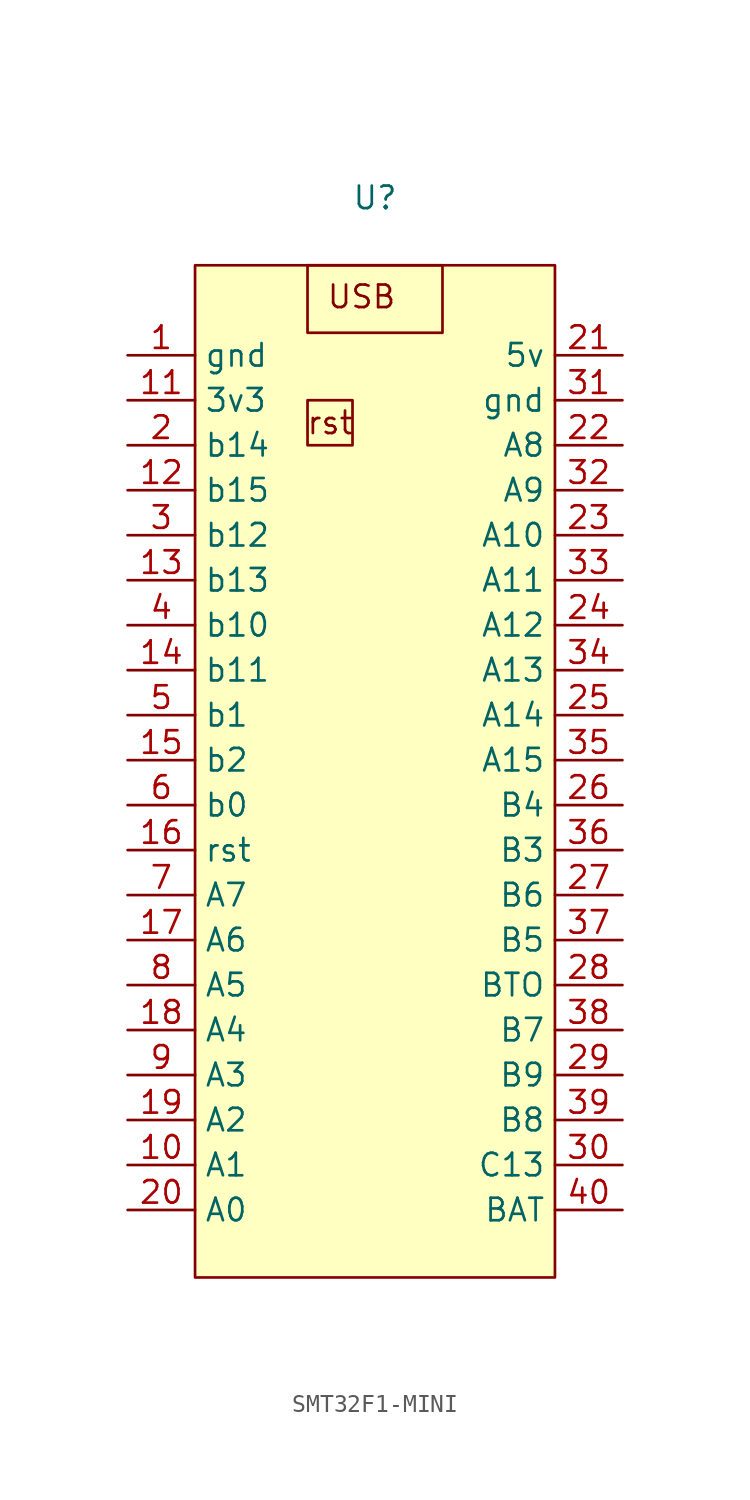
<source format=kicad_sym>
(kicad_symbol_lib
  (version 20241209)
  (generator "kicad_symbol_editor")
  (generator_version "9.0")
  (symbol "SMT32F1-MINI"
    (property "Reference" "U"
      (at 0 0 0)
      (effects (font (size 1.27 1.27))))
    (property "Value" ""
      (at 0 0 0)
      (effects (font (size 1.27 1.27))))
    (symbol "SMT32F1-MINI_1_1"
      (rectangle (start -10.16 -3.81) (end 10.16 -60.96) (stroke (width 0) (type solid)) (fill (type background)))
      (rectangle (start -3.81 -3.81) (end 3.81 -7.62) (stroke (width 0) (type default)) (fill (type none)))
      (rectangle (start -3.81 -11.43) (end -1.27 -13.97) (stroke (width 0) (type default)) (fill (type none)))
      (text "rst\n" (at -2.54 -12.7 0) (effects (font (size 1.27 1.27))))
      (text "USB\n" (at -0.762 -5.588 0) (effects (font (size 1.27 1.27))))
      (pin input line (at -13.97 -8.89 0) (length 3.81) (name "gnd" (effects (font (size 1.27 1.27)))) (number "1" (effects (font (size 1.27 1.27)))))
      (pin input line (at -13.97 -11.43 0) (length 3.81) (name "3v3" (effects (font (size 1.27 1.27)))) (number "11" (effects (font (size 1.27 1.27)))))
      (pin input line (at -13.97 -13.97 0) (length 3.81) (name "b14" (effects (font (size 1.27 1.27)))) (number "2" (effects (font (size 1.27 1.27)))))
      (pin input line (at -13.97 -16.51 0) (length 3.81) (name "b15" (effects (font (size 1.27 1.27)))) (number "12" (effects (font (size 1.27 1.27)))))
      (pin input line (at -13.97 -19.05 0) (length 3.81) (name "b12" (effects (font (size 1.27 1.27)))) (number "3" (effects (font (size 1.27 1.27)))))
      (pin input line (at -13.97 -21.59 0) (length 3.81) (name "b13" (effects (font (size 1.27 1.27)))) (number "13" (effects (font (size 1.27 1.27)))))
      (pin input line (at -13.97 -24.13 0) (length 3.81) (name "b10" (effects (font (size 1.27 1.27)))) (number "4" (effects (font (size 1.27 1.27)))))
      (pin input line (at -13.97 -26.67 0) (length 3.81) (name "b11" (effects (font (size 1.27 1.27)))) (number "14" (effects (font (size 1.27 1.27)))))
      (pin input line (at -13.97 -29.21 0) (length 3.81) (name "b1" (effects (font (size 1.27 1.27)))) (number "5" (effects (font (size 1.27 1.27)))))
      (pin input line (at -13.97 -31.75 0) (length 3.81) (name "b2" (effects (font (size 1.27 1.27)))) (number "15" (effects (font (size 1.27 1.27)))))
      (pin input line (at -13.97 -34.29 0) (length 3.81) (name "b0" (effects (font (size 1.27 1.27)))) (number "6" (effects (font (size 1.27 1.27)))))
      (pin input line (at -13.97 -36.83 0) (length 3.81) (name "rst" (effects (font (size 1.27 1.27)))) (number "16" (effects (font (size 1.27 1.27)))))
      (pin input line (at -13.97 -39.37 0) (length 3.81) (name "A7" (effects (font (size 1.27 1.27)))) (number "7" (effects (font (size 1.27 1.27)))))
      (pin input line (at -13.97 -41.91 0) (length 3.81) (name "A6" (effects (font (size 1.27 1.27)))) (number "17" (effects (font (size 1.27 1.27)))))
      (pin input line (at -13.97 -44.45 0) (length 3.81) (name "A5" (effects (font (size 1.27 1.27)))) (number "8" (effects (font (size 1.27 1.27)))))
      (pin input line (at -13.97 -46.99 0) (length 3.81) (name "A4" (effects (font (size 1.27 1.27)))) (number "18" (effects (font (size 1.27 1.27)))))
      (pin input line (at -13.97 -49.53 0) (length 3.81) (name "A3" (effects (font (size 1.27 1.27)))) (number "9" (effects (font (size 1.27 1.27)))))
      (pin input line (at -13.97 -52.07 0) (length 3.81) (name "A2" (effects (font (size 1.27 1.27)))) (number "19" (effects (font (size 1.27 1.27)))))
      (pin input line (at -13.97 -54.61 0) (length 3.81) (name "A1" (effects (font (size 1.27 1.27)))) (number "10" (effects (font (size 1.27 1.27)))))
      (pin input line (at -13.97 -57.15 0) (length 3.81) (name "A0" (effects (font (size 1.27 1.27)))) (number "20" (effects (font (size 1.27 1.27)))))
      (pin input line (at 13.97 -8.89 180) (length 3.81) (name "5v" (effects (font (size 1.27 1.27)))) (number "21" (effects (font (size 1.27 1.27)))))
      (pin input line (at 13.97 -11.43 180) (length 3.81) (name "gnd" (effects (font (size 1.27 1.27)))) (number "31" (effects (font (size 1.27 1.27)))))
      (pin input line (at 13.97 -13.97 180) (length 3.81) (name "A8" (effects (font (size 1.27 1.27)))) (number "22" (effects (font (size 1.27 1.27)))))
      (pin input line (at 13.97 -16.51 180) (length 3.81) (name "A9" (effects (font (size 1.27 1.27)))) (number "32" (effects (font (size 1.27 1.27)))))
      (pin input line (at 13.97 -19.05 180) (length 3.81) (name "A10" (effects (font (size 1.27 1.27)))) (number "23" (effects (font (size 1.27 1.27)))))
      (pin input line (at 13.97 -21.59 180) (length 3.81) (name "A11" (effects (font (size 1.27 1.27)))) (number "33" (effects (font (size 1.27 1.27)))))
      (pin input line (at 13.97 -24.13 180) (length 3.81) (name "A12" (effects (font (size 1.27 1.27)))) (number "24" (effects (font (size 1.27 1.27)))))
      (pin input line (at 13.97 -26.67 180) (length 3.81) (name "A13" (effects (font (size 1.27 1.27)))) (number "34" (effects (font (size 1.27 1.27)))))
      (pin input line (at 13.97 -29.21 180) (length 3.81) (name "A14" (effects (font (size 1.27 1.27)))) (number "25" (effects (font (size 1.27 1.27)))))
      (pin input line (at 13.97 -31.75 180) (length 3.81) (name "A15" (effects (font (size 1.27 1.27)))) (number "35" (effects (font (size 1.27 1.27)))))
      (pin input line (at 13.97 -34.29 180) (length 3.81) (name "B4" (effects (font (size 1.27 1.27)))) (number "26" (effects (font (size 1.27 1.27)))))
      (pin input line (at 13.97 -36.83 180) (length 3.81) (name "B3" (effects (font (size 1.27 1.27)))) (number "36" (effects (font (size 1.27 1.27)))))
      (pin input line (at 13.97 -39.37 180) (length 3.81) (name "B6" (effects (font (size 1.27 1.27)))) (number "27" (effects (font (size 1.27 1.27)))))
      (pin input line (at 13.97 -41.91 180) (length 3.81) (name "B5" (effects (font (size 1.27 1.27)))) (number "37" (effects (font (size 1.27 1.27)))))
      (pin input line (at 13.97 -44.45 180) (length 3.81) (name "BTO" (effects (font (size 1.27 1.27)))) (number "28" (effects (font (size 1.27 1.27)))))
      (pin input line (at 13.97 -46.99 180) (length 3.81) (name "B7" (effects (font (size 1.27 1.27)))) (number "38" (effects (font (size 1.27 1.27)))))
      (pin input line (at 13.97 -49.53 180) (length 3.81) (name "B9" (effects (font (size 1.27 1.27)))) (number "29" (effects (font (size 1.27 1.27)))))
      (pin input line (at 13.97 -52.07 180) (length 3.81) (name "B8" (effects (font (size 1.27 1.27)))) (number "39" (effects (font (size 1.27 1.27)))))
      (pin input line (at 13.97 -54.61 180) (length 3.81) (name "C13" (effects (font (size 1.27 1.27)))) (number "30" (effects (font (size 1.27 1.27)))))
      (pin input line (at 13.97 -57.15 180) (length 3.81) (name "BAT" (effects (font (size 1.27 1.27)))) (number "40" (effects (font (size 1.27 1.27))))))))
</source>
